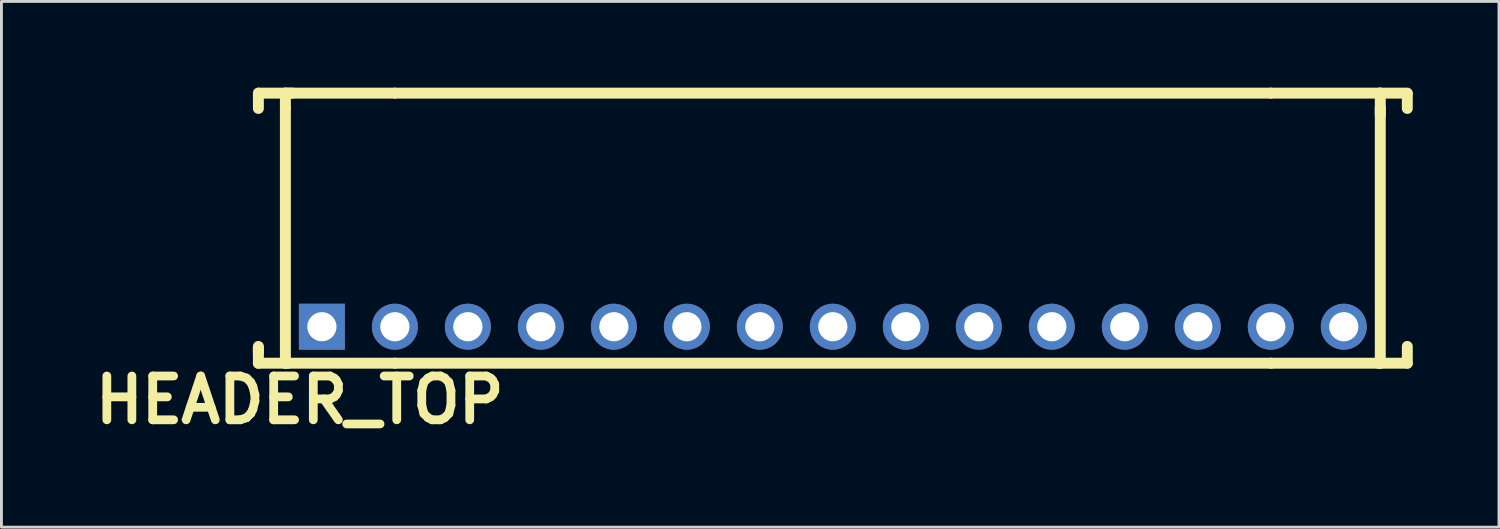
<source format=kicad_pcb>
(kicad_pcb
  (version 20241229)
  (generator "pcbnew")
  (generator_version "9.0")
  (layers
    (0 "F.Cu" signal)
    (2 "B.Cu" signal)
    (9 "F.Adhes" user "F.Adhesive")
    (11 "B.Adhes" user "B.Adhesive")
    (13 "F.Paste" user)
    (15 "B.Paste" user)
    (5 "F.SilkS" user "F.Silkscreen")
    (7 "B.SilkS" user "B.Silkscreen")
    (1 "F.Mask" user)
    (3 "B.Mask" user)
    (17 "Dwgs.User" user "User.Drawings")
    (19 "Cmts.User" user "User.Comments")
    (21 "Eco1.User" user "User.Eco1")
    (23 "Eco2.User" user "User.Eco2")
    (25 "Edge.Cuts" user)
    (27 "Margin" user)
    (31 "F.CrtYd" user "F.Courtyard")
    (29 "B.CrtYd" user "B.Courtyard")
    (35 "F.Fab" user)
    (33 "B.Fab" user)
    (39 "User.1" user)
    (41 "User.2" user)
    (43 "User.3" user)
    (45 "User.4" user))
  (footprint "HEADER_TOP"
    (layer "F.Cu")
    (at 25.931 8.319)
    (property "Reference" "HEADER_TOP" (at -18.55 2.55 0) (layer "F.SilkS") (effects (font (size 1.524 1.524) (thickness 0.305))))
    (fp_line (start -19.99 -8.128) (end -19.99 -7.595) (stroke (width 0.381) (type solid)) (layer "F.SilkS"))
    (fp_line (start -19.99 0.838) (end -19.99 0.686) (stroke (width 0.381) (type solid)) (layer "F.SilkS"))
    (fp_line (start -19.99 0.94) (end -19.99 0.737) (stroke (width 0.381) (type solid)) (layer "F.SilkS"))
    (fp_line (start -19.99 1.27) (end -19.99 0.838) (stroke (width 0.381) (type solid)) (layer "F.SilkS"))
    (fp_line (start -19.05 -8.128) (end -19.05 -7.62) (stroke (width 0.381) (type solid)) (layer "F.SilkS"))
    (fp_line (start -19.05 1.27) (end -19.05 -7.62) (stroke (width 0.381) (type solid)) (layer "F.SilkS"))
    (fp_line (start -18.961 1.27) (end -19.99 1.27) (stroke (width 0.381) (type solid)) (layer "F.SilkS"))
    (fp_line (start -18.796 -8.128) (end -19.977 -8.128) (stroke (width 0.381) (type solid)) (layer "F.SilkS"))
    (fp_line (start -15.24 -8.128) (end -19.05 -8.128) (stroke (width 0.381) (type solid)) (layer "F.SilkS"))
    (fp_line (start -15.24 -8.128) (end 15.24 -8.128) (stroke (width 0.381) (type solid)) (layer "F.SilkS"))
    (fp_line (start -15.24 1.27) (end -19.05 1.27) (stroke (width 0.381) (type solid)) (layer "F.SilkS"))
    (fp_line (start 15.24 -8.128) (end 19.05 -8.128) (stroke (width 0.381) (type solid)) (layer "F.SilkS"))
    (fp_line (start 15.24 1.27) (end -15.24 1.27) (stroke (width 0.381) (type solid)) (layer "F.SilkS"))
    (fp_line (start 15.24 1.27) (end 19.05 1.27) (stroke (width 0.381) (type solid)) (layer "F.SilkS"))
    (fp_line (start 18.986 1.27) (end 19.99 1.27) (stroke (width 0.381) (type solid)) (layer "F.SilkS"))
    (fp_line (start 19.025 -8.128) (end 19.99 -8.128) (stroke (width 0.381) (type solid)) (layer "F.SilkS"))
    (fp_line (start 19.05 -8.128) (end 19.05 -7.366) (stroke (width 0.381) (type solid)) (layer "F.SilkS"))
    (fp_line (start 19.05 1.27) (end 19.05 -7.62) (stroke (width 0.381) (type solid)) (layer "F.SilkS"))
    (fp_line (start 19.99 -8.103) (end 19.99 -7.595) (stroke (width 0.381) (type solid)) (layer "F.SilkS"))
    (fp_line (start 19.99 1.27) (end 19.99 0.686) (stroke (width 0.381) (type solid)) (layer "F.SilkS"))
    (pad "1" thru_hole rect (at -17.78 0) (size 1.6 1.6) (drill 1.016) (layers "*.Cu" "*.Mask"))
    (pad "2" thru_hole circle (at -15.24 0) (size 1.6 1.6) (drill 1.016) (layers "*.Cu" "*.Mask"))
    (pad "3" thru_hole circle (at -12.7 0) (size 1.6 1.6) (drill 1.016) (layers "*.Cu" "*.Mask"))
    (pad "4" thru_hole circle (at -10.16 0) (size 1.6 1.6) (drill 1.016) (layers "*.Cu" "*.Mask"))
    (pad "5" thru_hole circle (at -7.62 0) (size 1.6 1.6) (drill 1.016) (layers "*.Cu" "*.Mask"))
    (pad "6" thru_hole circle (at -5.08 0) (size 1.6 1.6) (drill 1.016) (layers "*.Cu" "*.Mask"))
    (pad "7" thru_hole circle (at -2.54 0) (size 1.6 1.6) (drill 1.016) (layers "*.Cu" "*.Mask"))
    (pad "8" thru_hole circle (at 0 0) (size 1.6 1.6) (drill 1.016) (layers "*.Cu" "*.Mask"))
    (pad "9" thru_hole circle (at 2.54 0) (size 1.6 1.6) (drill 1.016) (layers "*.Cu" "*.Mask"))
    (pad "10" thru_hole circle (at 5.08 0) (size 1.6 1.6) (drill 1.016) (layers "*.Cu" "*.Mask"))
    (pad "11" thru_hole circle (at 7.62 0) (size 1.6 1.6) (drill 1.016) (layers "*.Cu" "*.Mask"))
    (pad "12" thru_hole circle (at 10.16 0) (size 1.6 1.6) (drill 1.016) (layers "*.Cu" "*.Mask"))
    (pad "13" thru_hole circle (at 12.7 0) (size 1.6 1.6) (drill 1.016) (layers "*.Cu" "*.Mask"))
    (pad "14" thru_hole circle (at 15.24 0) (size 1.6 1.6) (drill 1.016) (layers "*.Cu" "*.Mask"))
    (pad "15" thru_hole circle (at 17.78 0) (size 1.6 1.6) (drill 1.016) (layers "*.Cu" "*.Mask")))
  (gr_rect
    (start -3 -3)
    (end 49.111 15.295)
    (stroke (width 0.1) (type default))
    (fill no)
    (layer "Edge.Cuts")))
</source>
